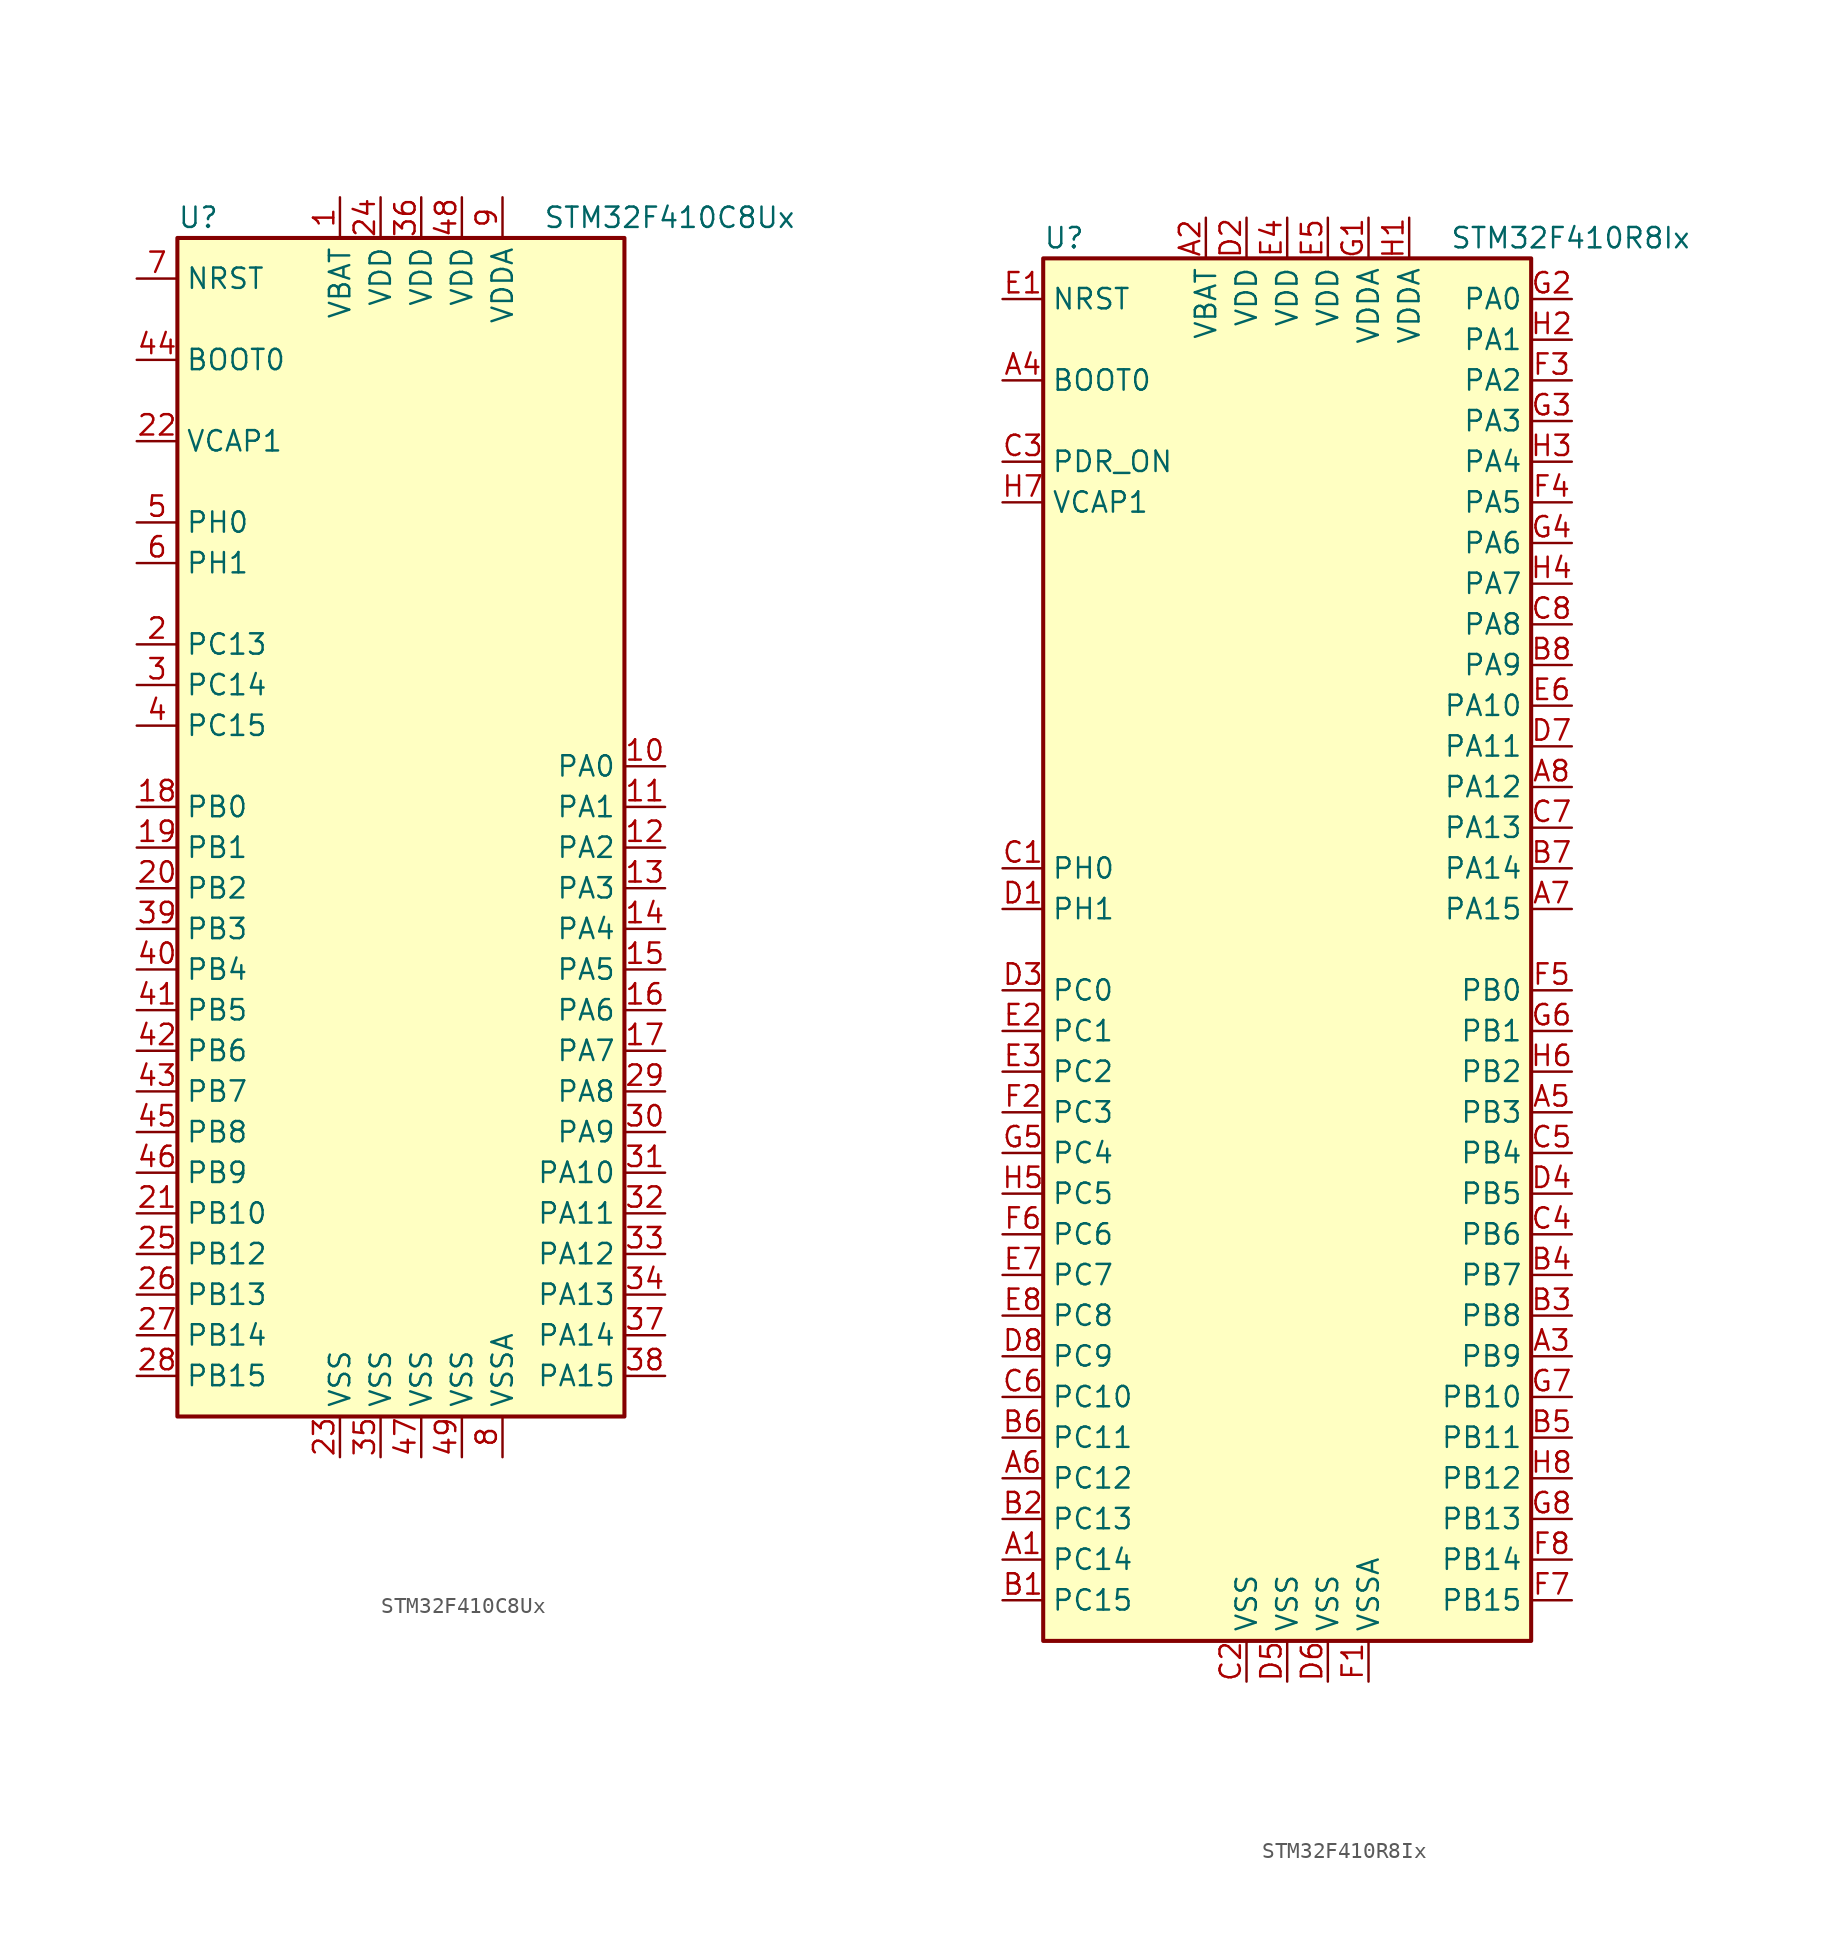
<source format=kicad_sym>
(kicad_symbol_lib
  (version 20201005)
  (generator kicad_symbol_editor)
  (symbol "STM32F410C8Ux"
    (property "Reference" "U"
      (at -15.24 36.83 0)
      (effects (font (size 1.27 1.27)) (justify left)))
    (property "Value" "STM32F410C8Ux"
      (at 7.62 36.83 0)
      (effects (font (size 1.27 1.27)) (justify left)))
    (symbol "STM32F410C8Ux_0_1"
      (rectangle (start -15.24 -38.1) (end 12.7 35.56) (stroke (width 0.254)) (fill (type background))))
    (symbol "STM32F410C8Ux_1_1"
      (pin power_in line (at -5.08 38.1 270) (length 2.54) (name "VBAT" (effects (font (size 1.27 1.27)))) (number "1" (effects (font (size 1.27 1.27)))))
      (pin bidirectional line (at 15.24 2.54 180) (length 2.54) (name "PA0" (effects (font (size 1.27 1.27)))) (number "10" (effects (font (size 1.27 1.27)))))
      (pin bidirectional line (at 15.24 0 180) (length 2.54) (name "PA1" (effects (font (size 1.27 1.27)))) (number "11" (effects (font (size 1.27 1.27)))))
      (pin bidirectional line (at 15.24 -2.54 180) (length 2.54) (name "PA2" (effects (font (size 1.27 1.27)))) (number "12" (effects (font (size 1.27 1.27)))))
      (pin bidirectional line (at 15.24 -5.08 180) (length 2.54) (name "PA3" (effects (font (size 1.27 1.27)))) (number "13" (effects (font (size 1.27 1.27)))))
      (pin bidirectional line (at 15.24 -7.62 180) (length 2.54) (name "PA4" (effects (font (size 1.27 1.27)))) (number "14" (effects (font (size 1.27 1.27)))))
      (pin bidirectional line (at 15.24 -10.16 180) (length 2.54) (name "PA5" (effects (font (size 1.27 1.27)))) (number "15" (effects (font (size 1.27 1.27)))))
      (pin bidirectional line (at 15.24 -12.7 180) (length 2.54) (name "PA6" (effects (font (size 1.27 1.27)))) (number "16" (effects (font (size 1.27 1.27)))))
      (pin bidirectional line (at 15.24 -15.24 180) (length 2.54) (name "PA7" (effects (font (size 1.27 1.27)))) (number "17" (effects (font (size 1.27 1.27)))))
      (pin bidirectional line (at -17.78 0 0) (length 2.54) (name "PB0" (effects (font (size 1.27 1.27)))) (number "18" (effects (font (size 1.27 1.27)))))
      (pin bidirectional line (at -17.78 -2.54 0) (length 2.54) (name "PB1" (effects (font (size 1.27 1.27)))) (number "19" (effects (font (size 1.27 1.27)))))
      (pin bidirectional line (at -17.78 10.16 0) (length 2.54) (name "PC13" (effects (font (size 1.27 1.27)))) (number "2" (effects (font (size 1.27 1.27)))))
      (pin bidirectional line (at -17.78 -5.08 0) (length 2.54) (name "PB2" (effects (font (size 1.27 1.27)))) (number "20" (effects (font (size 1.27 1.27)))))
      (pin bidirectional line (at -17.78 -25.4 0) (length 2.54) (name "PB10" (effects (font (size 1.27 1.27)))) (number "21" (effects (font (size 1.27 1.27)))))
      (pin power_in line (at -17.78 22.86 0) (length 2.54) (name "VCAP1" (effects (font (size 1.27 1.27)))) (number "22" (effects (font (size 1.27 1.27)))))
      (pin power_in line (at -5.08 -40.64 90) (length 2.54) (name "VSS" (effects (font (size 1.27 1.27)))) (number "23" (effects (font (size 1.27 1.27)))))
      (pin power_in line (at -2.54 38.1 270) (length 2.54) (name "VDD" (effects (font (size 1.27 1.27)))) (number "24" (effects (font (size 1.27 1.27)))))
      (pin bidirectional line (at -17.78 -27.94 0) (length 2.54) (name "PB12" (effects (font (size 1.27 1.27)))) (number "25" (effects (font (size 1.27 1.27)))))
      (pin bidirectional line (at -17.78 -30.48 0) (length 2.54) (name "PB13" (effects (font (size 1.27 1.27)))) (number "26" (effects (font (size 1.27 1.27)))))
      (pin bidirectional line (at -17.78 -33.02 0) (length 2.54) (name "PB14" (effects (font (size 1.27 1.27)))) (number "27" (effects (font (size 1.27 1.27)))))
      (pin bidirectional line (at -17.78 -35.56 0) (length 2.54) (name "PB15" (effects (font (size 1.27 1.27)))) (number "28" (effects (font (size 1.27 1.27)))))
      (pin bidirectional line (at 15.24 -17.78 180) (length 2.54) (name "PA8" (effects (font (size 1.27 1.27)))) (number "29" (effects (font (size 1.27 1.27)))))
      (pin bidirectional line (at -17.78 7.62 0) (length 2.54) (name "PC14" (effects (font (size 1.27 1.27)))) (number "3" (effects (font (size 1.27 1.27)))))
      (pin bidirectional line (at 15.24 -20.32 180) (length 2.54) (name "PA9" (effects (font (size 1.27 1.27)))) (number "30" (effects (font (size 1.27 1.27)))))
      (pin bidirectional line (at 15.24 -22.86 180) (length 2.54) (name "PA10" (effects (font (size 1.27 1.27)))) (number "31" (effects (font (size 1.27 1.27)))))
      (pin bidirectional line (at 15.24 -25.4 180) (length 2.54) (name "PA11" (effects (font (size 1.27 1.27)))) (number "32" (effects (font (size 1.27 1.27)))))
      (pin bidirectional line (at 15.24 -27.94 180) (length 2.54) (name "PA12" (effects (font (size 1.27 1.27)))) (number "33" (effects (font (size 1.27 1.27)))))
      (pin bidirectional line (at 15.24 -30.48 180) (length 2.54) (name "PA13" (effects (font (size 1.27 1.27)))) (number "34" (effects (font (size 1.27 1.27)))))
      (pin power_in line (at -2.54 -40.64 90) (length 2.54) (name "VSS" (effects (font (size 1.27 1.27)))) (number "35" (effects (font (size 1.27 1.27)))))
      (pin power_in line (at 0 38.1 270) (length 2.54) (name "VDD" (effects (font (size 1.27 1.27)))) (number "36" (effects (font (size 1.27 1.27)))))
      (pin bidirectional line (at 15.24 -33.02 180) (length 2.54) (name "PA14" (effects (font (size 1.27 1.27)))) (number "37" (effects (font (size 1.27 1.27)))))
      (pin bidirectional line (at 15.24 -35.56 180) (length 2.54) (name "PA15" (effects (font (size 1.27 1.27)))) (number "38" (effects (font (size 1.27 1.27)))))
      (pin bidirectional line (at -17.78 -7.62 0) (length 2.54) (name "PB3" (effects (font (size 1.27 1.27)))) (number "39" (effects (font (size 1.27 1.27)))))
      (pin bidirectional line (at -17.78 5.08 0) (length 2.54) (name "PC15" (effects (font (size 1.27 1.27)))) (number "4" (effects (font (size 1.27 1.27)))))
      (pin bidirectional line (at -17.78 -10.16 0) (length 2.54) (name "PB4" (effects (font (size 1.27 1.27)))) (number "40" (effects (font (size 1.27 1.27)))))
      (pin bidirectional line (at -17.78 -12.7 0) (length 2.54) (name "PB5" (effects (font (size 1.27 1.27)))) (number "41" (effects (font (size 1.27 1.27)))))
      (pin bidirectional line (at -17.78 -15.24 0) (length 2.54) (name "PB6" (effects (font (size 1.27 1.27)))) (number "42" (effects (font (size 1.27 1.27)))))
      (pin bidirectional line (at -17.78 -17.78 0) (length 2.54) (name "PB7" (effects (font (size 1.27 1.27)))) (number "43" (effects (font (size 1.27 1.27)))))
      (pin input line (at -17.78 27.94 0) (length 2.54) (name "BOOT0" (effects (font (size 1.27 1.27)))) (number "44" (effects (font (size 1.27 1.27)))))
      (pin bidirectional line (at -17.78 -20.32 0) (length 2.54) (name "PB8" (effects (font (size 1.27 1.27)))) (number "45" (effects (font (size 1.27 1.27)))))
      (pin bidirectional line (at -17.78 -22.86 0) (length 2.54) (name "PB9" (effects (font (size 1.27 1.27)))) (number "46" (effects (font (size 1.27 1.27)))))
      (pin power_in line (at 0 -40.64 90) (length 2.54) (name "VSS" (effects (font (size 1.27 1.27)))) (number "47" (effects (font (size 1.27 1.27)))))
      (pin power_in line (at 2.54 38.1 270) (length 2.54) (name "VDD" (effects (font (size 1.27 1.27)))) (number "48" (effects (font (size 1.27 1.27)))))
      (pin power_in line (at 2.54 -40.64 90) (length 2.54) (name "VSS" (effects (font (size 1.27 1.27)))) (number "49" (effects (font (size 1.27 1.27)))))
      (pin input line (at -17.78 17.78 0) (length 2.54) (name "PH0" (effects (font (size 1.27 1.27)))) (number "5" (effects (font (size 1.27 1.27)))))
      (pin input line (at -17.78 15.24 0) (length 2.54) (name "PH1" (effects (font (size 1.27 1.27)))) (number "6" (effects (font (size 1.27 1.27)))))
      (pin input line (at -17.78 33.02 0) (length 2.54) (name "NRST" (effects (font (size 1.27 1.27)))) (number "7" (effects (font (size 1.27 1.27)))))
      (pin power_in line (at 5.08 -40.64 90) (length 2.54) (name "VSSA" (effects (font (size 1.27 1.27)))) (number "8" (effects (font (size 1.27 1.27)))))
      (pin power_in line (at 5.08 38.1 270) (length 2.54) (name "VDDA" (effects (font (size 1.27 1.27)))) (number "9" (effects (font (size 1.27 1.27)))))))
  (symbol "STM32F410R8Ix"
    (property "Reference" "U"
      (at -15.24 44.45 0)
      (effects (font (size 1.27 1.27)) (justify left)))
    (property "Value" "STM32F410R8Ix"
      (at 10.16 44.45 0)
      (effects (font (size 1.27 1.27)) (justify left)))
    (symbol "STM32F410R8Ix_0_1"
      (rectangle (start -15.24 -43.18) (end 15.24 43.18) (stroke (width 0.254)) (fill (type background))))
    (symbol "STM32F410R8Ix_1_1"
      (pin bidirectional line (at -17.78 -38.1 0) (length 2.54) (name "PC14" (effects (font (size 1.27 1.27)))) (number "A1" (effects (font (size 1.27 1.27)))))
      (pin power_in line (at -5.08 45.72 270) (length 2.54) (name "VBAT" (effects (font (size 1.27 1.27)))) (number "A2" (effects (font (size 1.27 1.27)))))
      (pin bidirectional line (at 17.78 -25.4 180) (length 2.54) (name "PB9" (effects (font (size 1.27 1.27)))) (number "A3" (effects (font (size 1.27 1.27)))))
      (pin input line (at -17.78 35.56 0) (length 2.54) (name "BOOT0" (effects (font (size 1.27 1.27)))) (number "A4" (effects (font (size 1.27 1.27)))))
      (pin bidirectional line (at 17.78 -10.16 180) (length 2.54) (name "PB3" (effects (font (size 1.27 1.27)))) (number "A5" (effects (font (size 1.27 1.27)))))
      (pin bidirectional line (at -17.78 -33.02 0) (length 2.54) (name "PC12" (effects (font (size 1.27 1.27)))) (number "A6" (effects (font (size 1.27 1.27)))))
      (pin bidirectional line (at 17.78 2.54 180) (length 2.54) (name "PA15" (effects (font (size 1.27 1.27)))) (number "A7" (effects (font (size 1.27 1.27)))))
      (pin bidirectional line (at 17.78 10.16 180) (length 2.54) (name "PA12" (effects (font (size 1.27 1.27)))) (number "A8" (effects (font (size 1.27 1.27)))))
      (pin bidirectional line (at -17.78 -40.64 0) (length 2.54) (name "PC15" (effects (font (size 1.27 1.27)))) (number "B1" (effects (font (size 1.27 1.27)))))
      (pin bidirectional line (at -17.78 -35.56 0) (length 2.54) (name "PC13" (effects (font (size 1.27 1.27)))) (number "B2" (effects (font (size 1.27 1.27)))))
      (pin bidirectional line (at 17.78 -22.86 180) (length 2.54) (name "PB8" (effects (font (size 1.27 1.27)))) (number "B3" (effects (font (size 1.27 1.27)))))
      (pin bidirectional line (at 17.78 -20.32 180) (length 2.54) (name "PB7" (effects (font (size 1.27 1.27)))) (number "B4" (effects (font (size 1.27 1.27)))))
      (pin bidirectional line (at 17.78 -30.48 180) (length 2.54) (name "PB11" (effects (font (size 1.27 1.27)))) (number "B5" (effects (font (size 1.27 1.27)))))
      (pin bidirectional line (at -17.78 -30.48 0) (length 2.54) (name "PC11" (effects (font (size 1.27 1.27)))) (number "B6" (effects (font (size 1.27 1.27)))))
      (pin bidirectional line (at 17.78 5.08 180) (length 2.54) (name "PA14" (effects (font (size 1.27 1.27)))) (number "B7" (effects (font (size 1.27 1.27)))))
      (pin bidirectional line (at 17.78 17.78 180) (length 2.54) (name "PA9" (effects (font (size 1.27 1.27)))) (number "B8" (effects (font (size 1.27 1.27)))))
      (pin input line (at -17.78 5.08 0) (length 2.54) (name "PH0" (effects (font (size 1.27 1.27)))) (number "C1" (effects (font (size 1.27 1.27)))))
      (pin power_in line (at -2.54 -45.72 90) (length 2.54) (name "VSS" (effects (font (size 1.27 1.27)))) (number "C2" (effects (font (size 1.27 1.27)))))
      (pin power_in line (at -17.78 30.48 0) (length 2.54) (name "PDR_ON" (effects (font (size 1.27 1.27)))) (number "C3" (effects (font (size 1.27 1.27)))))
      (pin bidirectional line (at 17.78 -17.78 180) (length 2.54) (name "PB6" (effects (font (size 1.27 1.27)))) (number "C4" (effects (font (size 1.27 1.27)))))
      (pin bidirectional line (at 17.78 -12.7 180) (length 2.54) (name "PB4" (effects (font (size 1.27 1.27)))) (number "C5" (effects (font (size 1.27 1.27)))))
      (pin bidirectional line (at -17.78 -27.94 0) (length 2.54) (name "PC10" (effects (font (size 1.27 1.27)))) (number "C6" (effects (font (size 1.27 1.27)))))
      (pin bidirectional line (at 17.78 7.62 180) (length 2.54) (name "PA13" (effects (font (size 1.27 1.27)))) (number "C7" (effects (font (size 1.27 1.27)))))
      (pin bidirectional line (at 17.78 20.32 180) (length 2.54) (name "PA8" (effects (font (size 1.27 1.27)))) (number "C8" (effects (font (size 1.27 1.27)))))
      (pin input line (at -17.78 2.54 0) (length 2.54) (name "PH1" (effects (font (size 1.27 1.27)))) (number "D1" (effects (font (size 1.27 1.27)))))
      (pin power_in line (at -2.54 45.72 270) (length 2.54) (name "VDD" (effects (font (size 1.27 1.27)))) (number "D2" (effects (font (size 1.27 1.27)))))
      (pin bidirectional line (at -17.78 -2.54 0) (length 2.54) (name "PC0" (effects (font (size 1.27 1.27)))) (number "D3" (effects (font (size 1.27 1.27)))))
      (pin bidirectional line (at 17.78 -15.24 180) (length 2.54) (name "PB5" (effects (font (size 1.27 1.27)))) (number "D4" (effects (font (size 1.27 1.27)))))
      (pin power_in line (at 0 -45.72 90) (length 2.54) (name "VSS" (effects (font (size 1.27 1.27)))) (number "D5" (effects (font (size 1.27 1.27)))))
      (pin power_in line (at 2.54 -45.72 90) (length 2.54) (name "VSS" (effects (font (size 1.27 1.27)))) (number "D6" (effects (font (size 1.27 1.27)))))
      (pin bidirectional line (at 17.78 12.7 180) (length 2.54) (name "PA11" (effects (font (size 1.27 1.27)))) (number "D7" (effects (font (size 1.27 1.27)))))
      (pin bidirectional line (at -17.78 -25.4 0) (length 2.54) (name "PC9" (effects (font (size 1.27 1.27)))) (number "D8" (effects (font (size 1.27 1.27)))))
      (pin input line (at -17.78 40.64 0) (length 2.54) (name "NRST" (effects (font (size 1.27 1.27)))) (number "E1" (effects (font (size 1.27 1.27)))))
      (pin bidirectional line (at -17.78 -5.08 0) (length 2.54) (name "PC1" (effects (font (size 1.27 1.27)))) (number "E2" (effects (font (size 1.27 1.27)))))
      (pin bidirectional line (at -17.78 -7.62 0) (length 2.54) (name "PC2" (effects (font (size 1.27 1.27)))) (number "E3" (effects (font (size 1.27 1.27)))))
      (pin power_in line (at 0 45.72 270) (length 2.54) (name "VDD" (effects (font (size 1.27 1.27)))) (number "E4" (effects (font (size 1.27 1.27)))))
      (pin power_in line (at 2.54 45.72 270) (length 2.54) (name "VDD" (effects (font (size 1.27 1.27)))) (number "E5" (effects (font (size 1.27 1.27)))))
      (pin bidirectional line (at 17.78 15.24 180) (length 2.54) (name "PA10" (effects (font (size 1.27 1.27)))) (number "E6" (effects (font (size 1.27 1.27)))))
      (pin bidirectional line (at -17.78 -20.32 0) (length 2.54) (name "PC7" (effects (font (size 1.27 1.27)))) (number "E7" (effects (font (size 1.27 1.27)))))
      (pin bidirectional line (at -17.78 -22.86 0) (length 2.54) (name "PC8" (effects (font (size 1.27 1.27)))) (number "E8" (effects (font (size 1.27 1.27)))))
      (pin power_in line (at 5.08 -45.72 90) (length 2.54) (name "VSSA" (effects (font (size 1.27 1.27)))) (number "F1" (effects (font (size 1.27 1.27)))))
      (pin bidirectional line (at -17.78 -10.16 0) (length 2.54) (name "PC3" (effects (font (size 1.27 1.27)))) (number "F2" (effects (font (size 1.27 1.27)))))
      (pin bidirectional line (at 17.78 35.56 180) (length 2.54) (name "PA2" (effects (font (size 1.27 1.27)))) (number "F3" (effects (font (size 1.27 1.27)))))
      (pin bidirectional line (at 17.78 27.94 180) (length 2.54) (name "PA5" (effects (font (size 1.27 1.27)))) (number "F4" (effects (font (size 1.27 1.27)))))
      (pin bidirectional line (at 17.78 -2.54 180) (length 2.54) (name "PB0" (effects (font (size 1.27 1.27)))) (number "F5" (effects (font (size 1.27 1.27)))))
      (pin bidirectional line (at -17.78 -17.78 0) (length 2.54) (name "PC6" (effects (font (size 1.27 1.27)))) (number "F6" (effects (font (size 1.27 1.27)))))
      (pin bidirectional line (at 17.78 -40.64 180) (length 2.54) (name "PB15" (effects (font (size 1.27 1.27)))) (number "F7" (effects (font (size 1.27 1.27)))))
      (pin bidirectional line (at 17.78 -38.1 180) (length 2.54) (name "PB14" (effects (font (size 1.27 1.27)))) (number "F8" (effects (font (size 1.27 1.27)))))
      (pin power_in line (at 5.08 45.72 270) (length 2.54) (name "VDDA" (effects (font (size 1.27 1.27)))) (number "G1" (effects (font (size 1.27 1.27)))))
      (pin bidirectional line (at 17.78 40.64 180) (length 2.54) (name "PA0" (effects (font (size 1.27 1.27)))) (number "G2" (effects (font (size 1.27 1.27)))))
      (pin bidirectional line (at 17.78 33.02 180) (length 2.54) (name "PA3" (effects (font (size 1.27 1.27)))) (number "G3" (effects (font (size 1.27 1.27)))))
      (pin bidirectional line (at 17.78 25.4 180) (length 2.54) (name "PA6" (effects (font (size 1.27 1.27)))) (number "G4" (effects (font (size 1.27 1.27)))))
      (pin bidirectional line (at -17.78 -12.7 0) (length 2.54) (name "PC4" (effects (font (size 1.27 1.27)))) (number "G5" (effects (font (size 1.27 1.27)))))
      (pin bidirectional line (at 17.78 -5.08 180) (length 2.54) (name "PB1" (effects (font (size 1.27 1.27)))) (number "G6" (effects (font (size 1.27 1.27)))))
      (pin bidirectional line (at 17.78 -27.94 180) (length 2.54) (name "PB10" (effects (font (size 1.27 1.27)))) (number "G7" (effects (font (size 1.27 1.27)))))
      (pin bidirectional line (at 17.78 -35.56 180) (length 2.54) (name "PB13" (effects (font (size 1.27 1.27)))) (number "G8" (effects (font (size 1.27 1.27)))))
      (pin power_in line (at 7.62 45.72 270) (length 2.54) (name "VDDA" (effects (font (size 1.27 1.27)))) (number "H1" (effects (font (size 1.27 1.27)))))
      (pin bidirectional line (at 17.78 38.1 180) (length 2.54) (name "PA1" (effects (font (size 1.27 1.27)))) (number "H2" (effects (font (size 1.27 1.27)))))
      (pin bidirectional line (at 17.78 30.48 180) (length 2.54) (name "PA4" (effects (font (size 1.27 1.27)))) (number "H3" (effects (font (size 1.27 1.27)))))
      (pin bidirectional line (at 17.78 22.86 180) (length 2.54) (name "PA7" (effects (font (size 1.27 1.27)))) (number "H4" (effects (font (size 1.27 1.27)))))
      (pin bidirectional line (at -17.78 -15.24 0) (length 2.54) (name "PC5" (effects (font (size 1.27 1.27)))) (number "H5" (effects (font (size 1.27 1.27)))))
      (pin bidirectional line (at 17.78 -7.62 180) (length 2.54) (name "PB2" (effects (font (size 1.27 1.27)))) (number "H6" (effects (font (size 1.27 1.27)))))
      (pin power_in line (at -17.78 27.94 0) (length 2.54) (name "VCAP1" (effects (font (size 1.27 1.27)))) (number "H7" (effects (font (size 1.27 1.27)))))
      (pin bidirectional line (at 17.78 -33.02 180) (length 2.54) (name "PB12" (effects (font (size 1.27 1.27)))) (number "H8" (effects (font (size 1.27 1.27))))))))
</source>
